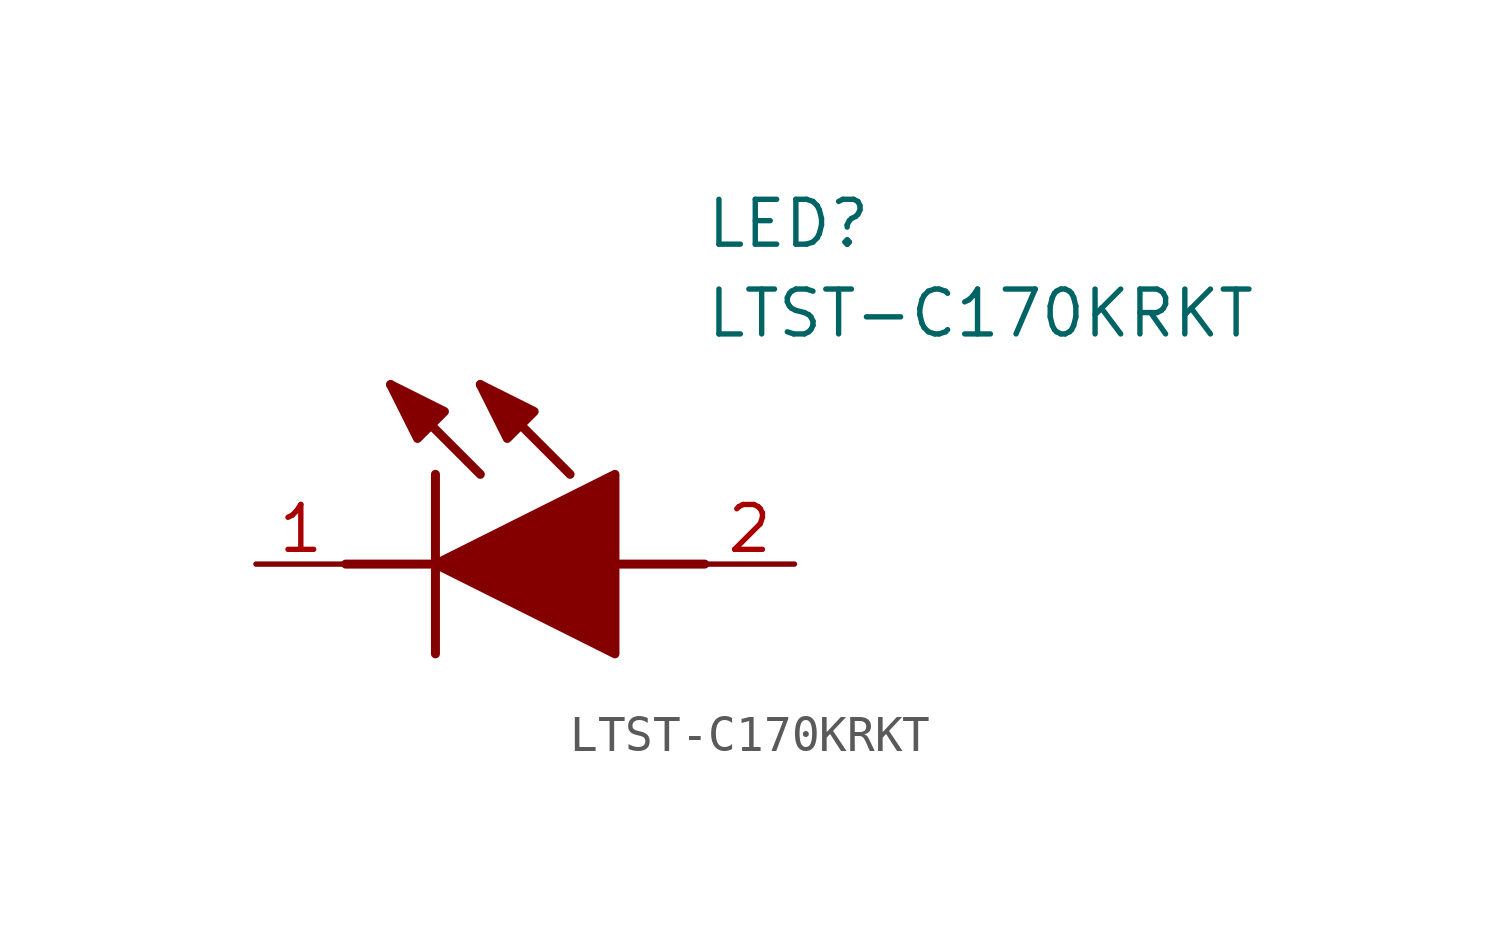
<source format=kicad_sym>
(kicad_symbol_lib
  (version 20211014)
  (generator SamacSys_ECAD_Model)
  (symbol "LTST-C170KRKT"
    (pin_names hide)
    (property "Reference" "LED"
      (at 12.7 8.89 0)
      (effects (font (size 1.27 1.27)) (justify left bottom)))
    (property "Value" "LTST-C170KRKT"
      (at 12.7 6.35 0)
      (effects (font (size 1.27 1.27)) (justify left bottom)))
    (polyline
      (pts (xy 5.08 2.54) (xy 5.08 -2.54))
      (stroke (width 0.254) (type default))
      (fill (type none)))
    (polyline
      (pts (xy 6.35 2.54) (xy 3.81 5.08))
      (stroke (width 0.254) (type default))
      (fill (type none)))
    (polyline
      (pts (xy 8.89 2.54) (xy 6.35 5.08))
      (stroke (width 0.254) (type default))
      (fill (type none)))
    (polyline
      (pts (xy 2.54 0) (xy 5.08 0))
      (stroke (width 0.254) (type default))
      (fill (type none)))
    (polyline
      (pts (xy 10.16 0) (xy 12.7 0))
      (stroke (width 0.254) (type default))
      (fill (type none)))
    (polyline
      (pts (xy 5.08 0) (xy 10.16 2.54) (xy 10.16 -2.54) (xy 5.08 0))
      (stroke (width 0.254) (type default))
      (fill (type outline)))
    (polyline
      (pts (xy 5.334 4.318) (xy 4.572 3.556) (xy 3.81 5.08) (xy 5.334 4.318))
      (stroke (width 0.254) (type default))
      (fill (type outline)))
    (polyline
      (pts (xy 7.874 4.318) (xy 7.112 3.556) (xy 6.35 5.08) (xy 7.874 4.318))
      (stroke (width 0.254) (type default))
      (fill (type outline)))
    (pin passive line
      (at 0 0 0)
      (length 2.54)
      (name "K" (effects (font (size 1.27 1.27))))
      (number "1" (effects (font (size 1.27 1.27)))))
    (pin passive line
      (at 15.24 0 180)
      (length 2.54)
      (name "A" (effects (font (size 1.27 1.27))))
      (number "2" (effects (font (size 1.27 1.27)))))))
</source>
